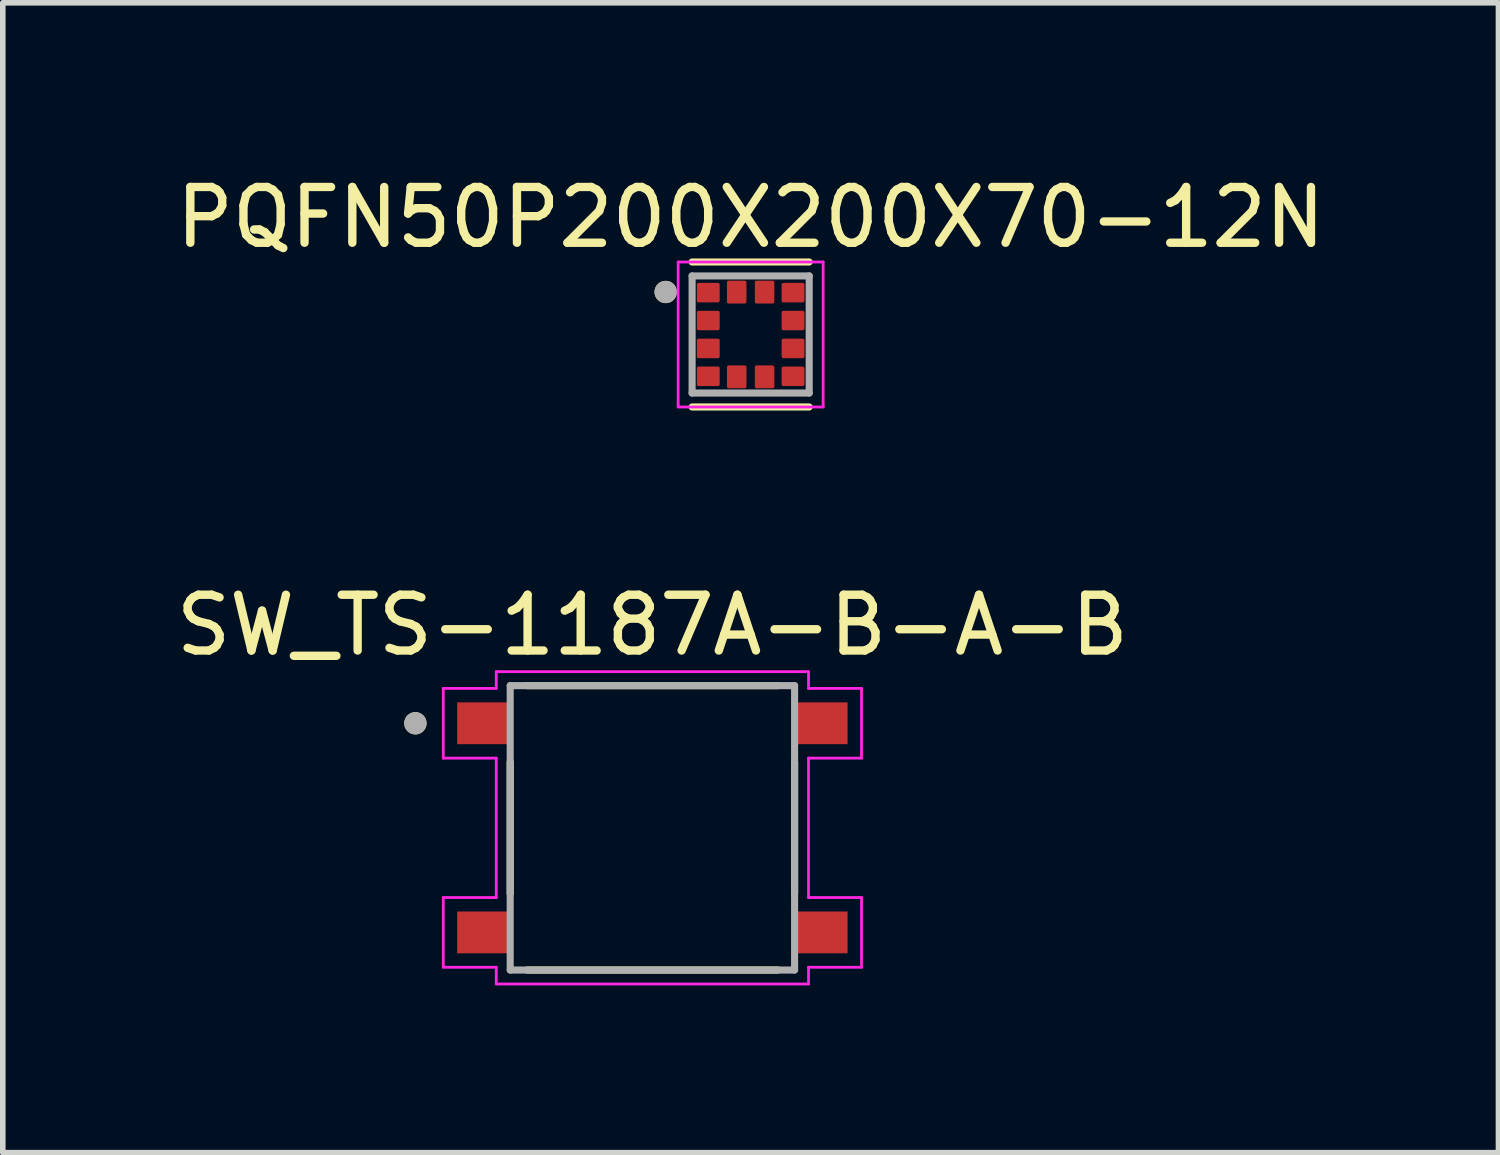
<source format=kicad_pcb>
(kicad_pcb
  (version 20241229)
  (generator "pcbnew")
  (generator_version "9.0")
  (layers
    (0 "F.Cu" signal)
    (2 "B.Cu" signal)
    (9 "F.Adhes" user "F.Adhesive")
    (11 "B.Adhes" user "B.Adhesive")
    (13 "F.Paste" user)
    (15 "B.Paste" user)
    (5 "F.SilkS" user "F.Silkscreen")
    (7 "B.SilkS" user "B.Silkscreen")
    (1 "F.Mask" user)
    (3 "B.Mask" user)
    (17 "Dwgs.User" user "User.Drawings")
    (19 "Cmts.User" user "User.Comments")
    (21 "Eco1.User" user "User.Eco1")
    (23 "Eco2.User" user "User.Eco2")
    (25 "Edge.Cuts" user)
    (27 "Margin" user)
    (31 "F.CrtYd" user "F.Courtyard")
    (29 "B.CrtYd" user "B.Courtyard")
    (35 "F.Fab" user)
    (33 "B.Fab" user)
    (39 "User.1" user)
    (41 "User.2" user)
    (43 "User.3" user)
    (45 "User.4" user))
  (footprint "SW_TS-1187A-B-A-B"
    (layer "F.Cu")
    (at 8.649 11.795)
    (property "Reference" "SW_TS-1187A-B-A-B" (at 0 -3.635 0) (layer "F.SilkS") (effects (font (size 1 1) (thickness 0.15))))
    (attr smd)
    (fp_line (start -2.55 -1.18) (end -2.55 1.18) (stroke (width 0.127) (type solid)) (layer "F.SilkS"))
    (fp_line (start 2.25 -2.55) (end -2.25 -2.55) (stroke (width 0.127) (type solid)) (layer "F.SilkS"))
    (fp_line (start 2.25 2.55) (end -2.25 2.55) (stroke (width 0.127) (type solid)) (layer "F.SilkS"))
    (fp_line (start 2.55 1.18) (end 2.55 -1.18) (stroke (width 0.127) (type solid)) (layer "F.SilkS"))
    (fp_circle (center -4.25 -1.875) (end -4.15 -1.875) (stroke (width 0.2) (type solid)) (fill no) (layer "F.SilkS"))
    (fp_line (start -3.75 -2.5) (end -3.75 -1.25) (stroke (width 0.05) (type solid)) (layer "F.CrtYd"))
    (fp_line (start -3.75 -2.5) (end -2.8 -2.5) (stroke (width 0.05) (type solid)) (layer "F.CrtYd"))
    (fp_line (start -3.75 -1.25) (end -2.8 -1.25) (stroke (width 0.05) (type solid)) (layer "F.CrtYd"))
    (fp_line (start -3.75 1.25) (end -2.8 1.25) (stroke (width 0.05) (type solid)) (layer "F.CrtYd"))
    (fp_line (start -3.75 2.5) (end -3.75 1.25) (stroke (width 0.05) (type solid)) (layer "F.CrtYd"))
    (fp_line (start -3.75 2.5) (end -2.8 2.5) (stroke (width 0.05) (type solid)) (layer "F.CrtYd"))
    (fp_line (start -2.8 -2.8) (end -2.8 -2.5) (stroke (width 0.05) (type solid)) (layer "F.CrtYd"))
    (fp_line (start -2.8 -1.25) (end -2.8 1.25) (stroke (width 0.05) (type solid)) (layer "F.CrtYd"))
    (fp_line (start -2.8 2.8) (end -2.8 2.5) (stroke (width 0.05) (type solid)) (layer "F.CrtYd"))
    (fp_line (start -2.8 2.8) (end 2.8 2.8) (stroke (width 0.05) (type solid)) (layer "F.CrtYd"))
    (fp_line (start 2.8 -2.8) (end -2.8 -2.8) (stroke (width 0.05) (type solid)) (layer "F.CrtYd"))
    (fp_line (start 2.8 -2.8) (end 2.8 -2.5) (stroke (width 0.05) (type solid)) (layer "F.CrtYd"))
    (fp_line (start 2.8 -1.25) (end 2.8 1.25) (stroke (width 0.05) (type solid)) (layer "F.CrtYd"))
    (fp_line (start 2.8 2.8) (end 2.8 2.5) (stroke (width 0.05) (type solid)) (layer "F.CrtYd"))
    (fp_line (start 3.75 -2.5) (end 2.8 -2.5) (stroke (width 0.05) (type solid)) (layer "F.CrtYd"))
    (fp_line (start 3.75 -2.5) (end 3.75 -1.25) (stroke (width 0.05) (type solid)) (layer "F.CrtYd"))
    (fp_line (start 3.75 -1.25) (end 2.8 -1.25) (stroke (width 0.05) (type solid)) (layer "F.CrtYd"))
    (fp_line (start 3.75 1.25) (end 2.8 1.25) (stroke (width 0.05) (type solid)) (layer "F.CrtYd"))
    (fp_line (start 3.75 2.5) (end 2.8 2.5) (stroke (width 0.05) (type solid)) (layer "F.CrtYd"))
    (fp_line (start 3.75 2.5) (end 3.75 1.25) (stroke (width 0.05) (type solid)) (layer "F.CrtYd"))
    (fp_line (start -2.55 -2.55) (end -2.55 2.55) (stroke (width 0.127) (type solid)) (layer "F.Fab"))
    (fp_line (start -2.55 2.55) (end 2.55 2.55) (stroke (width 0.127) (type solid)) (layer "F.Fab"))
    (fp_line (start 2.55 -2.55) (end -2.55 -2.55) (stroke (width 0.127) (type solid)) (layer "F.Fab"))
    (fp_line (start 2.55 2.55) (end 2.55 -2.55) (stroke (width 0.127) (type solid)) (layer "F.Fab"))
    (fp_circle (center -4.25 -1.875) (end -4.15 -1.875) (stroke (width 0.2) (type solid)) (fill no) (layer "F.Fab"))
    (pad "1" smd rect (at -3 -1.875) (size 1 0.75) (layers "F.Cu" "F.Mask" "F.Paste"))
    (pad "1" smd rect (at 3 -1.875) (size 1 0.75) (layers "F.Cu" "F.Mask" "F.Paste"))
    (pad "2" smd rect (at -3 1.875) (size 1 0.75) (layers "F.Cu" "F.Mask" "F.Paste"))
    (pad "2" smd rect (at 3 1.875) (size 1 0.75) (layers "F.Cu" "F.Mask" "F.Paste")))
  (footprint "PQFN50P200X200X70-12N"
    (layer "F.Cu")
    (at 10.411 2.948)
    (property "Reference" "PQFN50P200X200X70-12N" (at 0 -2.1 0) (layer "F.SilkS") (effects (font (size 1 1) (thickness 0.15))))
    (attr through_hole)
    (fp_line (start -1.05 -1.3) (end 1.05 -1.3) (stroke (width 0.127) (type solid)) (layer "F.SilkS"))
    (fp_line (start 1.05 1.3) (end -1.05 1.3) (stroke (width 0.127) (type solid)) (layer "F.SilkS"))
    (fp_circle (center -1.524 -0.762) (end -1.424 -0.762) (stroke (width 0.2) (type solid)) (fill no) (layer "F.SilkS"))
    (fp_line (start -1.3 -1.3) (end -1.3 1.3) (stroke (width 0.05) (type solid)) (layer "F.CrtYd"))
    (fp_line (start -1.3 1.3) (end 1.3 1.3) (stroke (width 0.05) (type solid)) (layer "F.CrtYd"))
    (fp_line (start 1.3 -1.3) (end -1.3 -1.3) (stroke (width 0.05) (type solid)) (layer "F.CrtYd"))
    (fp_line (start 1.3 1.3) (end 1.3 -1.3) (stroke (width 0.05) (type solid)) (layer "F.CrtYd"))
    (fp_line (start -1.05 -1.05) (end 1.05 -1.05) (stroke (width 0.127) (type solid)) (layer "F.Fab"))
    (fp_line (start -1.05 1.05) (end -1.05 -1.05) (stroke (width 0.127) (type solid)) (layer "F.Fab"))
    (fp_line (start 1.05 -1.05) (end 1.05 1.05) (stroke (width 0.127) (type solid)) (layer "F.Fab"))
    (fp_line (start 1.05 1.05) (end -1.05 1.05) (stroke (width 0.127) (type solid)) (layer "F.Fab"))
    (fp_circle (center -1.524 -0.762) (end -1.424 -0.762) (stroke (width 0.2) (type solid)) (fill no) (layer "F.Fab"))
    (pad "1" smd roundrect (at -0.76 -0.75) (size 0.41 0.35) (layers "F.Cu" "F.Mask" "F.Paste") (roundrect_rratio 0.09))
    (pad "2" smd roundrect (at -0.76 -0.25) (size 0.41 0.35) (layers "F.Cu" "F.Mask" "F.Paste") (roundrect_rratio 0.09))
    (pad "3" smd roundrect (at -0.76 0.25) (size 0.41 0.35) (layers "F.Cu" "F.Mask" "F.Paste") (roundrect_rratio 0.09))
    (pad "4" smd roundrect (at -0.76 0.75) (size 0.41 0.35) (layers "F.Cu" "F.Mask" "F.Paste") (roundrect_rratio 0.09))
    (pad "5" smd roundrect (at -0.25 0.76 90) (size 0.41 0.35) (layers "F.Cu" "F.Mask" "F.Paste") (roundrect_rratio 0.09))
    (pad "6" smd roundrect (at 0.25 0.76 90) (size 0.41 0.35) (layers "F.Cu" "F.Mask" "F.Paste") (roundrect_rratio 0.09))
    (pad "7" smd roundrect (at 0.76 0.75) (size 0.41 0.35) (layers "F.Cu" "F.Mask" "F.Paste") (roundrect_rratio 0.09))
    (pad "8" smd roundrect (at 0.76 0.25) (size 0.41 0.35) (layers "F.Cu" "F.Mask" "F.Paste") (roundrect_rratio 0.09))
    (pad "9" smd roundrect (at 0.76 -0.25) (size 0.41 0.35) (layers "F.Cu" "F.Mask" "F.Paste") (roundrect_rratio 0.09))
    (pad "10" smd roundrect (at 0.76 -0.75) (size 0.41 0.35) (layers "F.Cu" "F.Mask" "F.Paste") (roundrect_rratio 0.09))
    (pad "11" smd roundrect (at 0.25 -0.76 90) (size 0.41 0.35) (layers "F.Cu" "F.Mask" "F.Paste") (roundrect_rratio 0.09))
    (pad "12" smd roundrect (at -0.25 -0.76 90) (size 0.41 0.35) (layers "F.Cu" "F.Mask" "F.Paste") (roundrect_rratio 0.09)))
  (gr_rect
    (start -3 -3)
    (end 23.821 17.62)
    (stroke (width 0.1) (type default))
    (fill no)
    (layer "Edge.Cuts")))
</source>
